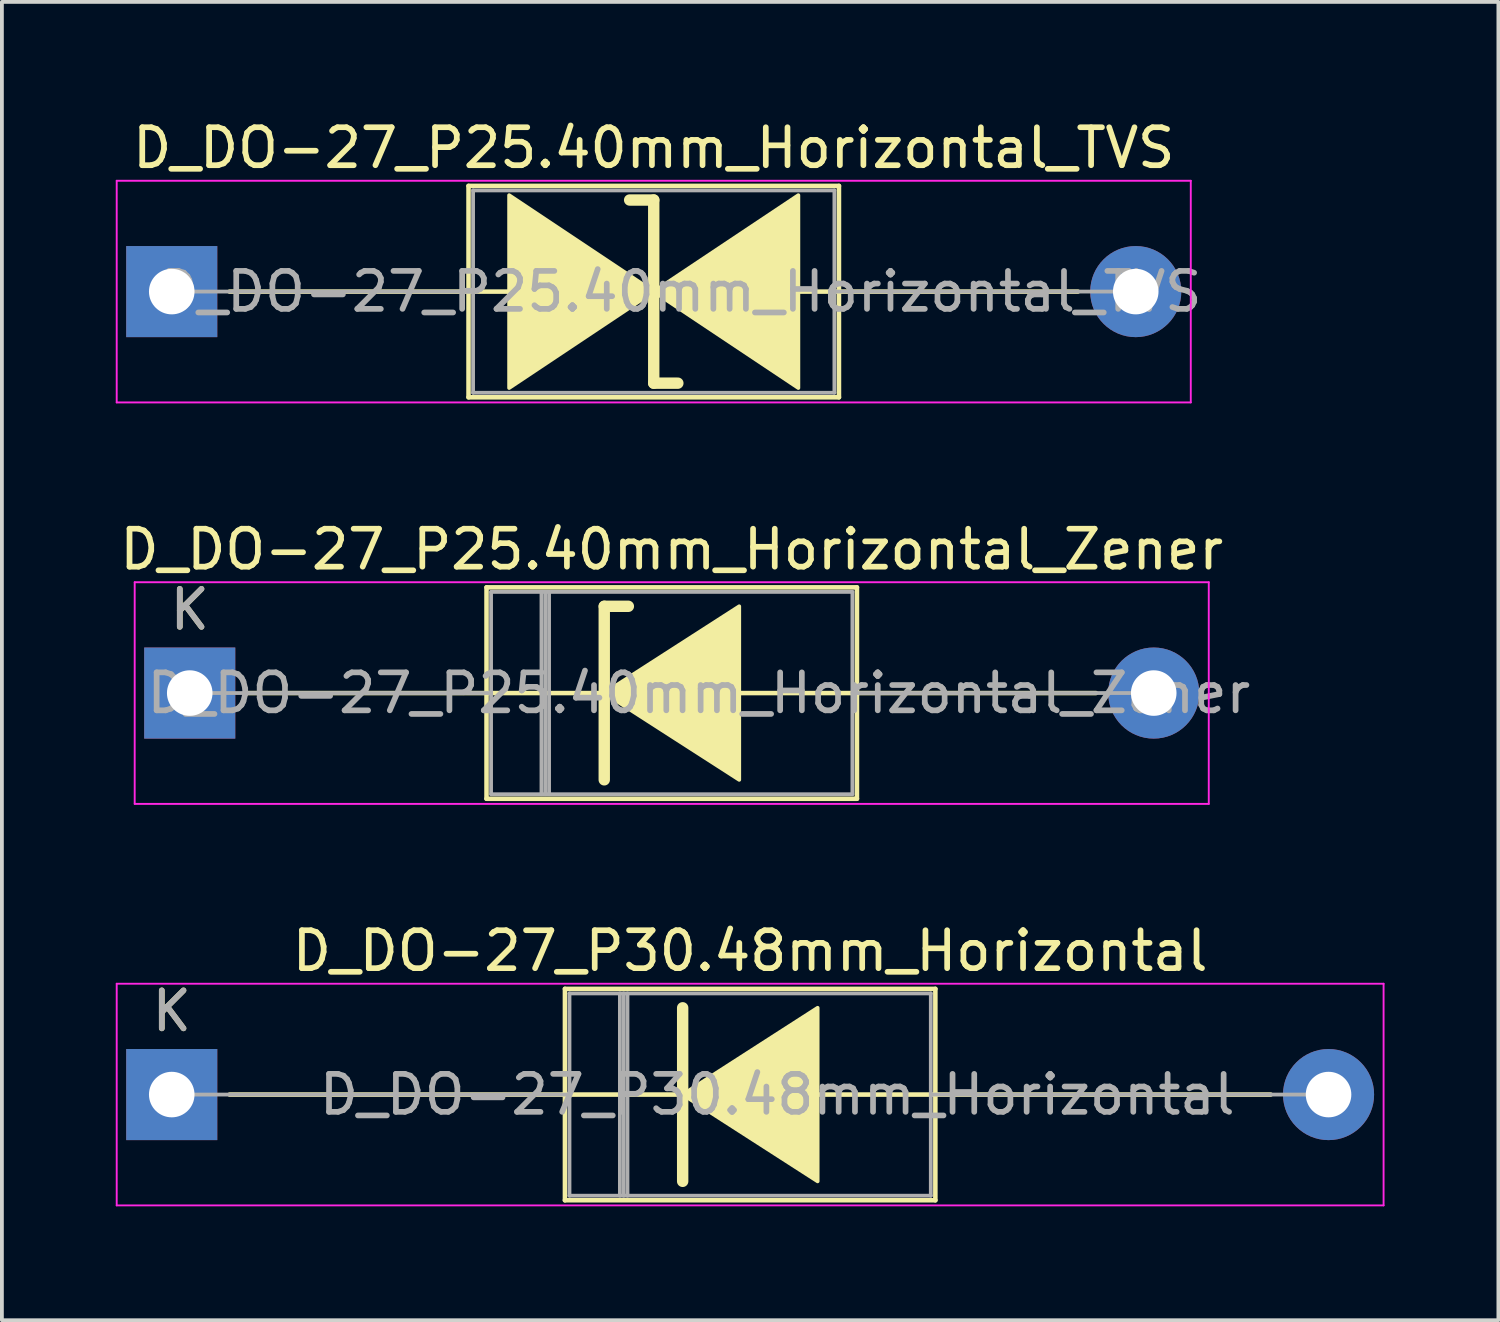
<source format=kicad_pcb>
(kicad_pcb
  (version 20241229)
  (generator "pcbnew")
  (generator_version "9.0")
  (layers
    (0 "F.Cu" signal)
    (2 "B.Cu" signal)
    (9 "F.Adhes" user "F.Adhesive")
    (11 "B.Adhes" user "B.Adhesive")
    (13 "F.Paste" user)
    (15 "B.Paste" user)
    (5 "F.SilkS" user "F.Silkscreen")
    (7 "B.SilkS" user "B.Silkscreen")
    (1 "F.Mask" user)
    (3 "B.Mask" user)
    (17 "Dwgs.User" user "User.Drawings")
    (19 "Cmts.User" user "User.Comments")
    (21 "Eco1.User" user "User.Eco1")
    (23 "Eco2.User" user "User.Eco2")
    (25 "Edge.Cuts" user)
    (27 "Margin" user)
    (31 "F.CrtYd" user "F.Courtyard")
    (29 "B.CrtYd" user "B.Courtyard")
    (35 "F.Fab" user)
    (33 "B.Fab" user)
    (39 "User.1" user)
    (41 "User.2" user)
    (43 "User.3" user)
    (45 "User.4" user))
  (footprint "D_DO-27_P25.40mm_Horizontal_Zener"
    (layer "F.Cu")
    (at 1.949 15.211)
    (property "Reference" "D_DO-27_P25.40mm_Horizontal_Zener" (at 12.7 -3.785 0) (layer "F.SilkS") (effects (font (size 1 1) (thickness 0.15))))
    (attr through_hole)
    (fp_line (start 1.524 0) (end 7.82 0) (stroke (width 0.12) (type solid)) (layer "F.SilkS"))
    (fp_line (start 7.82 -2.785) (end 7.82 2.785) (stroke (width 0.12) (type solid)) (layer "F.SilkS"))
    (fp_line (start 7.82 2.785) (end 17.58 2.785) (stroke (width 0.12) (type solid)) (layer "F.SilkS"))
    (fp_line (start 10.922 -2.286) (end 10.922 2.286) (stroke (width 0.3) (type solid)) (layer "F.SilkS"))
    (fp_line (start 10.922 -2.286) (end 11.557 -2.286) (stroke (width 0.3) (type solid)) (layer "F.SilkS"))
    (fp_line (start 10.922 0) (end 7.82 0) (stroke (width 0.12) (type solid)) (layer "F.SilkS"))
    (fp_line (start 14.351 0) (end 17.58 0) (stroke (width 0.12) (type solid)) (layer "F.SilkS"))
    (fp_line (start 17.58 -2.785) (end 7.82 -2.785) (stroke (width 0.12) (type solid)) (layer "F.SilkS"))
    (fp_line (start 17.58 2.785) (end 17.58 -2.785) (stroke (width 0.12) (type solid)) (layer "F.SilkS"))
    (fp_line (start 23.876 0) (end 17.58 0) (stroke (width 0.12) (type solid)) (layer "F.SilkS"))
    (fp_poly (pts (xy 14.478 2.286) (xy 10.922 0) (xy 14.478 -2.286)) (stroke (width 0.1) (type solid)) (fill yes) (layer "F.SilkS"))
    (fp_line (start -1.45 -2.92) (end -1.45 2.92) (stroke (width 0.05) (type solid)) (layer "F.CrtYd"))
    (fp_line (start -1.45 2.92) (end 26.85 2.92) (stroke (width 0.05) (type solid)) (layer "F.CrtYd"))
    (fp_line (start 26.85 -2.92) (end -1.45 -2.92) (stroke (width 0.05) (type solid)) (layer "F.CrtYd"))
    (fp_line (start 26.85 2.92) (end 26.85 -2.92) (stroke (width 0.05) (type solid)) (layer "F.CrtYd"))
    (fp_line (start 0 0) (end 7.94 0) (stroke (width 0.1) (type solid)) (layer "F.Fab"))
    (fp_line (start 7.94 -2.665) (end 7.94 2.665) (stroke (width 0.1) (type solid)) (layer "F.Fab"))
    (fp_line (start 7.94 2.665) (end 17.46 2.665) (stroke (width 0.1) (type solid)) (layer "F.Fab"))
    (fp_line (start 9.268 -2.665) (end 9.268 2.665) (stroke (width 0.1) (type solid)) (layer "F.Fab"))
    (fp_line (start 9.368 -2.665) (end 9.368 2.665) (stroke (width 0.1) (type solid)) (layer "F.Fab"))
    (fp_line (start 9.468 -2.665) (end 9.468 2.665) (stroke (width 0.1) (type solid)) (layer "F.Fab"))
    (fp_line (start 17.46 -2.665) (end 7.94 -2.665) (stroke (width 0.1) (type solid)) (layer "F.Fab"))
    (fp_line (start 17.46 2.665) (end 17.46 -2.665) (stroke (width 0.1) (type solid)) (layer "F.Fab"))
    (fp_line (start 25.4 0) (end 17.46 0) (stroke (width 0.1) (type solid)) (layer "F.Fab"))
    (fp_text user "K" (at 0 -2.2 0) (layer "F.SilkS") (effects (font (size 1 1) (thickness 0.15))))
    (fp_text user "${REFERENCE}" (at 13.414 0 0) (layer "F.Fab") (effects (font (size 1 1) (thickness 0.15))))
    (fp_text user "K" (at 0 -2.2 0) (layer "F.Fab") (effects (font (size 1 1) (thickness 0.15))))
    (pad "1" thru_hole rect (at 0 0) (size 2.4 2.4) (drill 1.2) (layers "*.Cu" "*.Mask"))
    (pad "2" thru_hole oval (at 25.4 0) (size 2.4 2.4) (drill 1.2) (layers "*.Cu" "*.Mask")))
  (footprint "D_DO-27_P25.40mm_Horizontal_TVS"
    (layer "F.Cu")
    (at 1.475 4.633)
    (property "Reference" "D_DO-27_P25.40mm_Horizontal_TVS" (at 12.7 -3.785 0) (layer "F.SilkS") (effects (font (size 1 1) (thickness 0.15))))
    (attr through_hole)
    (fp_line (start 1.524 0) (end 7.82 0) (stroke (width 0.12) (type solid)) (layer "F.SilkS"))
    (fp_line (start 7.82 -2.785) (end 7.82 2.785) (stroke (width 0.12) (type solid)) (layer "F.SilkS"))
    (fp_line (start 7.82 0) (end 8.89 0) (stroke (width 0.12) (type solid)) (layer "F.SilkS"))
    (fp_line (start 7.82 2.785) (end 17.58 2.785) (stroke (width 0.12) (type solid)) (layer "F.SilkS"))
    (fp_line (start 12.7 -2.413) (end 12.065 -2.413) (stroke (width 0.3) (type solid)) (layer "F.SilkS"))
    (fp_line (start 12.7 2.413) (end 12.7 -2.413) (stroke (width 0.3) (type solid)) (layer "F.SilkS"))
    (fp_line (start 13.335 2.413) (end 12.7 2.413) (stroke (width 0.3) (type solid)) (layer "F.SilkS"))
    (fp_line (start 16.51 0) (end 17.58 0) (stroke (width 0.12) (type solid)) (layer "F.SilkS"))
    (fp_line (start 17.58 -2.785) (end 7.82 -2.785) (stroke (width 0.12) (type solid)) (layer "F.SilkS"))
    (fp_line (start 17.58 2.785) (end 17.58 -2.785) (stroke (width 0.12) (type solid)) (layer "F.SilkS"))
    (fp_line (start 23.876 0) (end 17.58 0) (stroke (width 0.12) (type solid)) (layer "F.SilkS"))
    (fp_poly (pts (xy 12.7 0) (xy 8.89 2.54) (xy 8.89 -2.54)) (stroke (width 0.1) (type solid)) (fill yes) (layer "F.SilkS"))
    (fp_poly (pts (xy 12.7 0) (xy 16.51 -2.54) (xy 16.51 2.54)) (stroke (width 0.1) (type solid)) (fill yes) (layer "F.SilkS"))
    (fp_line (start -1.45 -2.92) (end -1.45 2.92) (stroke (width 0.05) (type solid)) (layer "F.CrtYd"))
    (fp_line (start -1.45 2.92) (end 26.85 2.92) (stroke (width 0.05) (type solid)) (layer "F.CrtYd"))
    (fp_line (start 26.85 -2.92) (end -1.45 -2.92) (stroke (width 0.05) (type solid)) (layer "F.CrtYd"))
    (fp_line (start 26.85 2.92) (end 26.85 -2.92) (stroke (width 0.05) (type solid)) (layer "F.CrtYd"))
    (fp_line (start 0 0) (end 7.94 0) (stroke (width 0.1) (type solid)) (layer "F.Fab"))
    (fp_line (start 7.94 -2.665) (end 7.94 2.665) (stroke (width 0.1) (type solid)) (layer "F.Fab"))
    (fp_line (start 7.94 2.665) (end 17.46 2.665) (stroke (width 0.1) (type solid)) (layer "F.Fab"))
    (fp_line (start 17.46 -2.665) (end 7.94 -2.665) (stroke (width 0.1) (type solid)) (layer "F.Fab"))
    (fp_line (start 17.46 2.665) (end 17.46 -2.665) (stroke (width 0.1) (type solid)) (layer "F.Fab"))
    (fp_line (start 25.4 0) (end 17.46 0) (stroke (width 0.1) (type solid)) (layer "F.Fab"))
    (fp_text user "${REFERENCE}" (at 13.414 0 0) (layer "F.Fab") (effects (font (size 1 1) (thickness 0.15))))
    (pad "1" thru_hole rect (at 0 0) (size 2.4 2.4) (drill 1.2) (layers "*.Cu" "*.Mask"))
    (pad "2" thru_hole oval (at 25.4 0) (size 2.4 2.4) (drill 1.2) (layers "*.Cu" "*.Mask")))
  (footprint "D_DO-27_P30.48mm_Horizontal"
    (layer "F.Cu")
    (at 1.475 25.79)
    (property "Reference" "D_DO-27_P30.48mm_Horizontal" (at 15.24 -3.785 0) (layer "F.SilkS") (effects (font (size 1 1) (thickness 0.15))))
    (attr through_hole)
    (fp_line (start 1.524 0) (end 10.36 0) (stroke (width 0.12) (type solid)) (layer "F.SilkS"))
    (fp_line (start 10.36 -2.785) (end 10.36 2.785) (stroke (width 0.12) (type solid)) (layer "F.SilkS"))
    (fp_line (start 10.36 2.785) (end 20.12 2.785) (stroke (width 0.12) (type solid)) (layer "F.SilkS"))
    (fp_line (start 13.462 -2.286) (end 13.462 2.286) (stroke (width 0.3) (type solid)) (layer "F.SilkS"))
    (fp_line (start 13.462 0) (end 10.36 0) (stroke (width 0.12) (type solid)) (layer "F.SilkS"))
    (fp_line (start 16.891 0) (end 20.12 0) (stroke (width 0.12) (type solid)) (layer "F.SilkS"))
    (fp_line (start 20.12 -2.785) (end 10.36 -2.785) (stroke (width 0.12) (type solid)) (layer "F.SilkS"))
    (fp_line (start 20.12 2.785) (end 20.12 -2.785) (stroke (width 0.12) (type solid)) (layer "F.SilkS"))
    (fp_line (start 28.956 0) (end 20.12 0) (stroke (width 0.12) (type solid)) (layer "F.SilkS"))
    (fp_poly (pts (xy 17.018 2.286) (xy 13.462 0) (xy 17.018 -2.286)) (stroke (width 0.1) (type solid)) (fill yes) (layer "F.SilkS"))
    (fp_line (start -1.45 -2.92) (end -1.45 2.92) (stroke (width 0.05) (type solid)) (layer "F.CrtYd"))
    (fp_line (start -1.45 2.92) (end 31.93 2.92) (stroke (width 0.05) (type solid)) (layer "F.CrtYd"))
    (fp_line (start 31.93 -2.92) (end -1.45 -2.92) (stroke (width 0.05) (type solid)) (layer "F.CrtYd"))
    (fp_line (start 31.93 2.92) (end 31.93 -2.92) (stroke (width 0.05) (type solid)) (layer "F.CrtYd"))
    (fp_line (start 0 0) (end 10.48 0) (stroke (width 0.1) (type solid)) (layer "F.Fab"))
    (fp_line (start 10.48 -2.665) (end 10.48 2.665) (stroke (width 0.1) (type solid)) (layer "F.Fab"))
    (fp_line (start 10.48 2.665) (end 20 2.665) (stroke (width 0.1) (type solid)) (layer "F.Fab"))
    (fp_line (start 11.808 -2.665) (end 11.808 2.665) (stroke (width 0.1) (type solid)) (layer "F.Fab"))
    (fp_line (start 11.908 -2.665) (end 11.908 2.665) (stroke (width 0.1) (type solid)) (layer "F.Fab"))
    (fp_line (start 12.008 -2.665) (end 12.008 2.665) (stroke (width 0.1) (type solid)) (layer "F.Fab"))
    (fp_line (start 20 -2.665) (end 10.48 -2.665) (stroke (width 0.1) (type solid)) (layer "F.Fab"))
    (fp_line (start 20 2.665) (end 20 -2.665) (stroke (width 0.1) (type solid)) (layer "F.Fab"))
    (fp_line (start 30.48 0) (end 20 0) (stroke (width 0.1) (type solid)) (layer "F.Fab"))
    (fp_text user "K" (at 0 -2.2 0) (layer "F.SilkS") (effects (font (size 1 1) (thickness 0.15))))
    (fp_text user "${REFERENCE}" (at 15.954 0 0) (layer "F.Fab") (effects (font (size 1 1) (thickness 0.15))))
    (fp_text user "K" (at 0 -2.2 0) (layer "F.Fab") (effects (font (size 1 1) (thickness 0.15))))
    (pad "1" thru_hole rect (at 0 0) (size 2.4 2.4) (drill 1.2) (layers "*.Cu" "*.Mask"))
    (pad "2" thru_hole oval (at 30.48 0) (size 2.4 2.4) (drill 1.2) (layers "*.Cu" "*.Mask")))
  (gr_rect
    (start -3 -3)
    (end 36.43 31.735)
    (stroke (width 0.1) (type default))
    (fill no)
    (layer "Edge.Cuts")))
</source>
